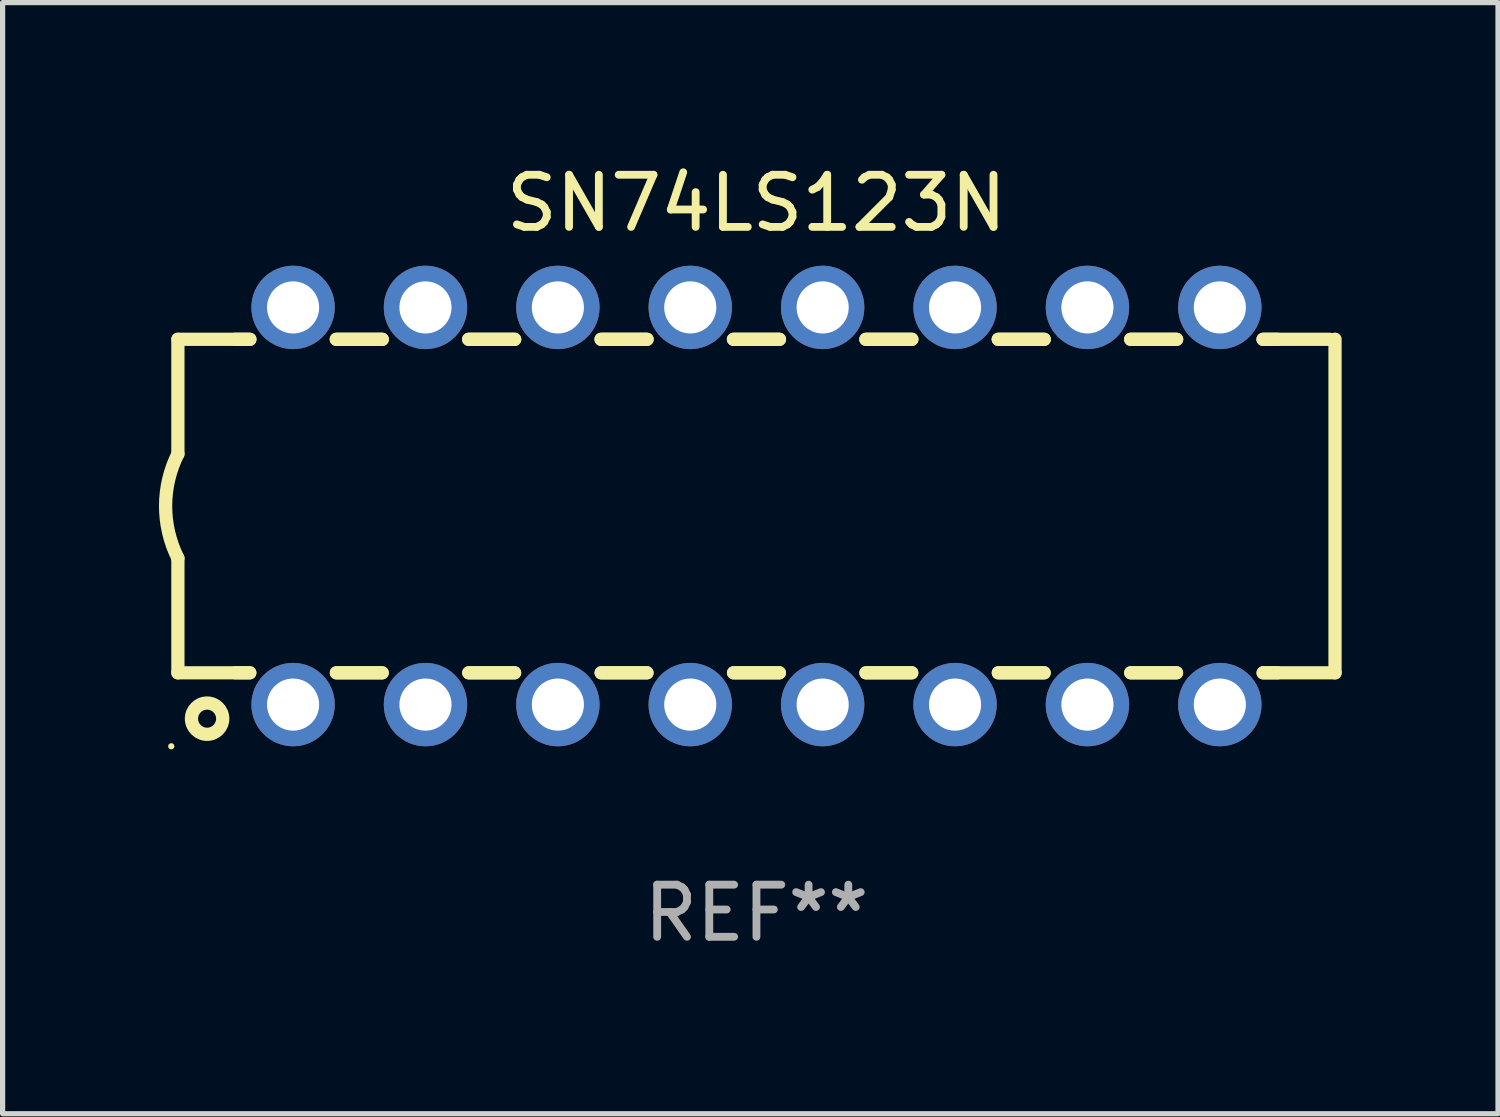
<source format=kicad_pcb>
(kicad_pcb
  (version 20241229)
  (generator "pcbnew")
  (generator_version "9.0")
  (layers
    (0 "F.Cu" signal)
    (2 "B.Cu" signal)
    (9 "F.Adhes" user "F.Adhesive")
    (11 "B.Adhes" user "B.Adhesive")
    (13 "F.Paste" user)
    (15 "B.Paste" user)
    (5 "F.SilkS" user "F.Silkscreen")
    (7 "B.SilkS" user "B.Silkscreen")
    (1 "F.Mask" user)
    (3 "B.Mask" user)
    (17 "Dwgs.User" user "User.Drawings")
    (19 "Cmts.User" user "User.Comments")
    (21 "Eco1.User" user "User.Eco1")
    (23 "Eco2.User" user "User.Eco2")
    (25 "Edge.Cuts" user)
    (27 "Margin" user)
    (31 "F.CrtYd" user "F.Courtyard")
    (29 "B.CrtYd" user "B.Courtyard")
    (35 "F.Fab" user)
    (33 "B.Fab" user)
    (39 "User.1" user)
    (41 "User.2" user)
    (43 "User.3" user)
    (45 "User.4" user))
  (footprint "SN74LS123N"
    (layer "F.Cu")
    (at 11.463 6.658)
    (property "Reference" "SN74LS123N" (at 0 -5.81 0) (layer "F.SilkS") (effects (font (size 1 1) (thickness 0.15))))
    (attr through_hole)
    (fp_line (start -11.1 -3.198) (end -9.719 -3.198) (stroke (width 0.254) (type solid)) (layer "F.SilkS"))
    (fp_line (start -11.1 -0.998) (end -11.1 -3.198) (stroke (width 0.254) (type solid)) (layer "F.SilkS"))
    (fp_line (start -11.1 3.2) (end -11.1 1) (stroke (width 0.254) (type solid)) (layer "F.SilkS"))
    (fp_line (start -11.1 3.2) (end -9.721 3.2) (stroke (width 0.254) (type solid)) (layer "F.SilkS"))
    (fp_line (start -10 -3.198) (end -9.719 -3.198) (stroke (width 0.254) (type solid)) (layer "F.SilkS"))
    (fp_line (start -10 3.2) (end -9.721 3.2) (stroke (width 0.254) (type solid)) (layer "F.SilkS"))
    (fp_line (start -8.061 -3.198) (end -7.179 -3.198) (stroke (width 0.254) (type solid)) (layer "F.SilkS"))
    (fp_line (start -8.061 -3.198) (end -7.179 -3.198) (stroke (width 0.254) (type solid)) (layer "F.SilkS"))
    (fp_line (start -8.059 3.2) (end -7.181 3.2) (stroke (width 0.254) (type solid)) (layer "F.SilkS"))
    (fp_line (start -8.059 3.2) (end -7.181 3.2) (stroke (width 0.254) (type solid)) (layer "F.SilkS"))
    (fp_line (start -5.521 -3.198) (end -4.639 -3.198) (stroke (width 0.254) (type solid)) (layer "F.SilkS"))
    (fp_line (start -5.521 -3.198) (end -4.639 -3.198) (stroke (width 0.254) (type solid)) (layer "F.SilkS"))
    (fp_line (start -5.519 3.2) (end -4.641 3.2) (stroke (width 0.254) (type solid)) (layer "F.SilkS"))
    (fp_line (start -5.519 3.2) (end -4.641 3.2) (stroke (width 0.254) (type solid)) (layer "F.SilkS"))
    (fp_line (start -2.981 -3.198) (end -2.099 -3.198) (stroke (width 0.254) (type solid)) (layer "F.SilkS"))
    (fp_line (start -2.981 -3.198) (end -2.099 -3.198) (stroke (width 0.254) (type solid)) (layer "F.SilkS"))
    (fp_line (start -2.979 3.2) (end -2.101 3.2) (stroke (width 0.254) (type solid)) (layer "F.SilkS"))
    (fp_line (start -2.979 3.2) (end -2.101 3.2) (stroke (width 0.254) (type solid)) (layer "F.SilkS"))
    (fp_line (start -0.441 -3.198) (end 0.441 -3.198) (stroke (width 0.254) (type solid)) (layer "F.SilkS"))
    (fp_line (start -0.441 -3.198) (end 0.441 -3.198) (stroke (width 0.254) (type solid)) (layer "F.SilkS"))
    (fp_line (start -0.439 3.2) (end 0.439 3.2) (stroke (width 0.254) (type solid)) (layer "F.SilkS"))
    (fp_line (start -0.439 3.2) (end 0.439 3.2) (stroke (width 0.254) (type solid)) (layer "F.SilkS"))
    (fp_line (start 2.099 -3.198) (end 2.981 -3.198) (stroke (width 0.254) (type solid)) (layer "F.SilkS"))
    (fp_line (start 2.099 -3.198) (end 2.981 -3.198) (stroke (width 0.254) (type solid)) (layer "F.SilkS"))
    (fp_line (start 2.101 3.2) (end 2.979 3.2) (stroke (width 0.254) (type solid)) (layer "F.SilkS"))
    (fp_line (start 2.101 3.2) (end 2.979 3.2) (stroke (width 0.254) (type solid)) (layer "F.SilkS"))
    (fp_line (start 4.639 -3.198) (end 5.521 -3.198) (stroke (width 0.254) (type solid)) (layer "F.SilkS"))
    (fp_line (start 4.639 -3.198) (end 5.521 -3.198) (stroke (width 0.254) (type solid)) (layer "F.SilkS"))
    (fp_line (start 4.641 3.2) (end 5.519 3.2) (stroke (width 0.254) (type solid)) (layer "F.SilkS"))
    (fp_line (start 4.641 3.2) (end 5.519 3.2) (stroke (width 0.254) (type solid)) (layer "F.SilkS"))
    (fp_line (start 7.179 -3.198) (end 8.061 -3.198) (stroke (width 0.254) (type solid)) (layer "F.SilkS"))
    (fp_line (start 7.179 -3.198) (end 8.061 -3.198) (stroke (width 0.254) (type solid)) (layer "F.SilkS"))
    (fp_line (start 7.181 3.2) (end 8.059 3.2) (stroke (width 0.254) (type solid)) (layer "F.SilkS"))
    (fp_line (start 7.181 3.2) (end 8.059 3.2) (stroke (width 0.254) (type solid)) (layer "F.SilkS"))
    (fp_line (start 9.719 -3.198) (end 10 -3.198) (stroke (width 0.254) (type solid)) (layer "F.SilkS"))
    (fp_line (start 9.719 -3.198) (end 11 -3.198) (stroke (width 0.254) (type solid)) (layer "F.SilkS"))
    (fp_line (start 9.721 3.2) (end 11.1 3.2) (stroke (width 0.254) (type solid)) (layer "F.SilkS"))
    (fp_line (start 9.721 3.2) (end 10 3.2) (stroke (width 0.254) (type solid)) (layer "F.SilkS"))
    (fp_line (start 11.1 3.2) (end 11.1 -3.2) (stroke (width 0.254) (type solid)) (layer "F.SilkS"))
    (fp_arc (start -11.099823 1.000762) (mid -11.335827 0.001303) (end -11.1 -0.998197) (stroke (width 0.254001) (type solid)) (layer "F.SilkS"))
    (fp_circle (center -11.227 4.61) (end -11.197 4.61) (stroke (width 0.06) (type solid)) (fill no) (layer "F.SilkS"))
    (fp_circle (center -10.54 4.08) (end -10.24 4.08) (stroke (width 0.254) (type solid)) (fill no) (layer "F.SilkS"))
    (fp_text user "REF**" (at 0 7.81 0) (layer "F.Fab") (effects (font (size 1 1) (thickness 0.15))))
    (pad "1" thru_hole circle (at -8.89 3.81) (size 1.6 1.6) (drill 1) (layers "*.Cu" "*.Mask"))
    (pad "2" thru_hole circle (at -6.35 3.81) (size 1.6 1.6) (drill 1) (layers "*.Cu" "*.Mask"))
    (pad "3" thru_hole circle (at -3.81 3.81) (size 1.6 1.6) (drill 1) (layers "*.Cu" "*.Mask"))
    (pad "4" thru_hole circle (at -1.27 3.81) (size 1.6 1.6) (drill 1) (layers "*.Cu" "*.Mask"))
    (pad "5" thru_hole circle (at 1.27 3.81) (size 1.6 1.6) (drill 1) (layers "*.Cu" "*.Mask"))
    (pad "6" thru_hole circle (at 3.81 3.81) (size 1.6 1.6) (drill 1) (layers "*.Cu" "*.Mask"))
    (pad "7" thru_hole circle (at 6.35 3.81) (size 1.6 1.6) (drill 1) (layers "*.Cu" "*.Mask"))
    (pad "8" thru_hole circle (at 8.89 3.81) (size 1.6 1.6) (drill 1) (layers "*.Cu" "*.Mask"))
    (pad "9" thru_hole circle (at 8.89 -3.81) (size 1.6 1.6) (drill 1) (layers "*.Cu" "*.Mask"))
    (pad "10" thru_hole circle (at 6.35 -3.81) (size 1.6 1.6) (drill 1) (layers "*.Cu" "*.Mask"))
    (pad "11" thru_hole circle (at 3.81 -3.81) (size 1.6 1.6) (drill 1) (layers "*.Cu" "*.Mask"))
    (pad "12" thru_hole circle (at 1.27 -3.81) (size 1.6 1.6) (drill 1) (layers "*.Cu" "*.Mask"))
    (pad "13" thru_hole circle (at -1.27 -3.81) (size 1.6 1.6) (drill 1) (layers "*.Cu" "*.Mask"))
    (pad "14" thru_hole circle (at -3.81 -3.81) (size 1.6 1.6) (drill 1) (layers "*.Cu" "*.Mask"))
    (pad "15" thru_hole circle (at -6.35 -3.81) (size 1.6 1.6) (drill 1) (layers "*.Cu" "*.Mask"))
    (pad "16" thru_hole circle (at -8.89 -3.81) (size 1.6 1.6) (drill 1) (layers "*.Cu" "*.Mask")))
  (gr_rect
    (start -3 -3)
    (end 25.69 18.317)
    (stroke (width 0.1) (type default))
    (fill no)
    (layer "Edge.Cuts")))
</source>
